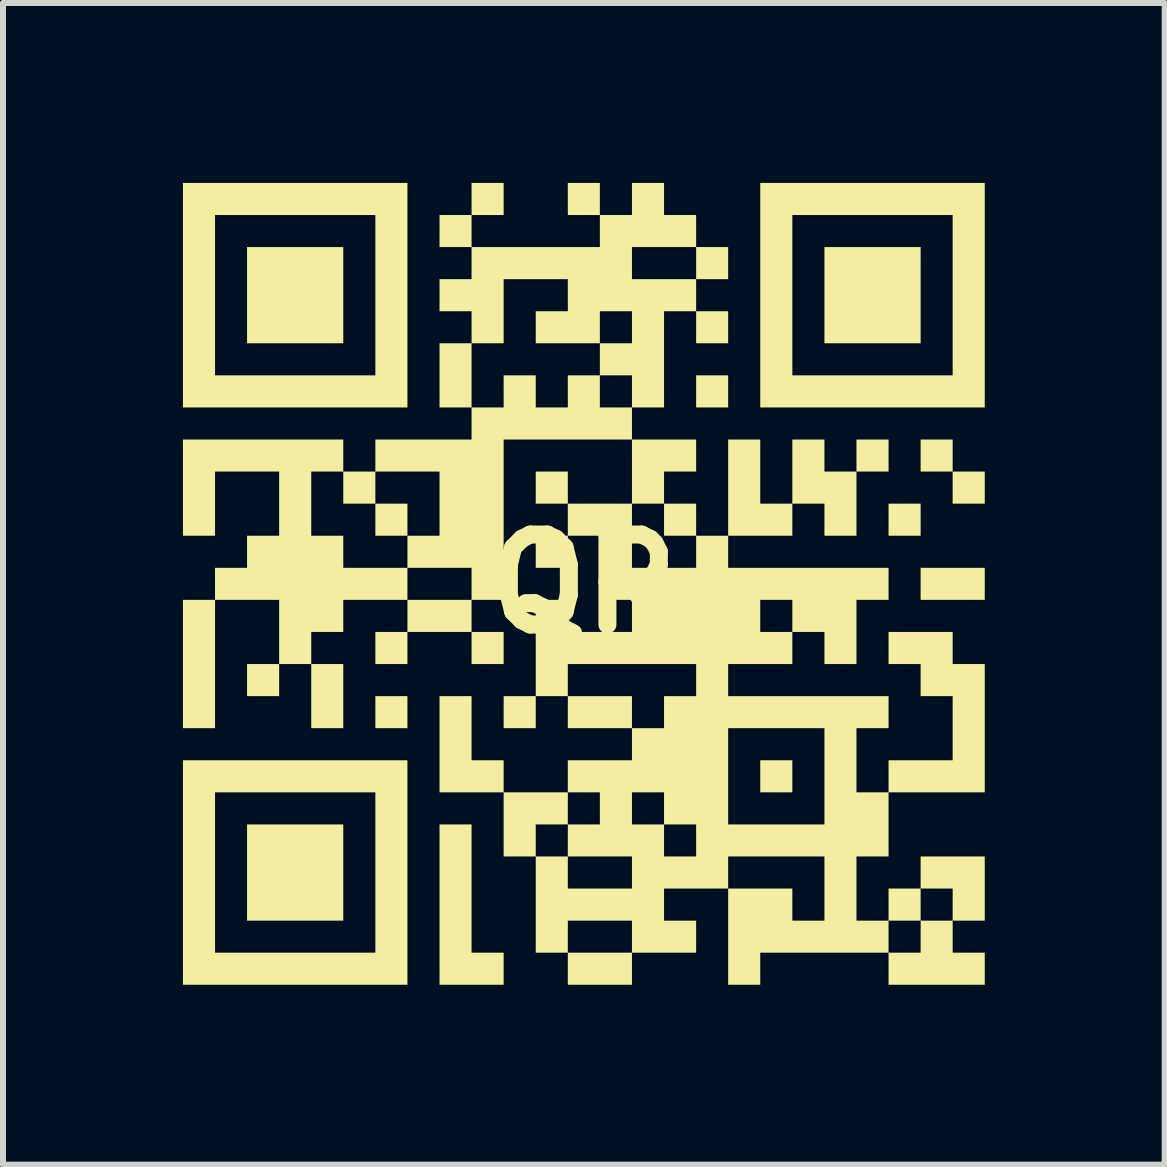
<source format=kicad_pcb>
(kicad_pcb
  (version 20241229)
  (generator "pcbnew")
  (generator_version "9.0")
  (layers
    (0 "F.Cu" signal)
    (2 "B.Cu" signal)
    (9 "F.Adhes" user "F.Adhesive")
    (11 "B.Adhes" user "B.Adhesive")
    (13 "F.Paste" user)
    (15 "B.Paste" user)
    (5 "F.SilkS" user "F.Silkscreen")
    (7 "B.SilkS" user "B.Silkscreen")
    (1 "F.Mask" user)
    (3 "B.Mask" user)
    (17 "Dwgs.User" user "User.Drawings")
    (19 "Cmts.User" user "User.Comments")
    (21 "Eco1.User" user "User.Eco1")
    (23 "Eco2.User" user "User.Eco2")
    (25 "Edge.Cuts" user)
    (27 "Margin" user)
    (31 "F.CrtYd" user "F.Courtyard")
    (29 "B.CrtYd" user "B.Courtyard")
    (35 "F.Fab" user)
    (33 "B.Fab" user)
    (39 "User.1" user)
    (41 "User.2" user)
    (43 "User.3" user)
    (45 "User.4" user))
  (footprint "QR"
    (layer "F.Cu")
    (at 6.684 6.684)
    (property "Reference" "QR" (at 0 0 0) (layer "F.SilkS") (effects (font (size 1.5 1.5) (thickness 0.3))))
    (attr board_only exclude_from_pos_files exclude_from_bom)
    (fp_poly (pts (xy -4.011 -4.813) (xy -4.011 -4.011) (xy -4.813 -4.011) (xy -5.615 -4.011) (xy -5.615 -4.813) (xy -5.615 -5.615) (xy -4.813 -5.615) (xy -4.011 -5.615)) (stroke (width 0) (type solid)) (fill yes) (layer "F.SilkS"))
    (fp_poly (pts (xy -4.011 1.872) (xy -4.011 2.406) (xy -4.278 2.406) (xy -4.545 2.406) (xy -4.545 1.872) (xy -4.545 1.337) (xy -4.278 1.337) (xy -4.011 1.337)) (stroke (width 0) (type solid)) (fill yes) (layer "F.SilkS"))
    (fp_poly (pts (xy -4.011 4.813) (xy -4.011 5.615) (xy -4.813 5.615) (xy -5.615 5.615) (xy -5.615 4.813) (xy -5.615 4.011) (xy -4.813 4.011) (xy -4.011 4.011)) (stroke (width 0) (type solid)) (fill yes) (layer "F.SilkS"))
    (fp_poly (pts (xy -2.941 -1.069) (xy -2.941 -0.802) (xy -3.208 -0.802) (xy -3.476 -0.802) (xy -3.476 -1.069) (xy -3.476 -1.337) (xy -3.208 -1.337) (xy -2.941 -1.337)) (stroke (width 0) (type solid)) (fill yes) (layer "F.SilkS"))
    (fp_poly (pts (xy -2.941 2.139) (xy -2.941 2.406) (xy -3.208 2.406) (xy -3.476 2.406) (xy -3.476 2.139) (xy -3.476 1.872) (xy -3.208 1.872) (xy -2.941 1.872)) (stroke (width 0) (type solid)) (fill yes) (layer "F.SilkS"))
    (fp_poly (pts (xy -1.337 1.069) (xy -1.337 1.337) (xy -1.604 1.337) (xy -1.872 1.337) (xy -1.872 1.069) (xy -1.872 0.802) (xy -1.604 0.802) (xy -1.337 0.802)) (stroke (width 0) (type solid)) (fill yes) (layer "F.SilkS"))
    (fp_poly (pts (xy 2.406 -4.278) (xy 2.406 -4.011) (xy 2.139 -4.011) (xy 1.872 -4.011) (xy 1.872 -4.278) (xy 1.872 -4.545) (xy 2.139 -4.545) (xy 2.406 -4.545)) (stroke (width 0) (type solid)) (fill yes) (layer "F.SilkS"))
    (fp_poly (pts (xy 2.406 -3.208) (xy 2.406 -2.941) (xy 2.139 -2.941) (xy 1.872 -2.941) (xy 1.872 -3.208) (xy 1.872 -3.476) (xy 2.139 -3.476) (xy 2.406 -3.476)) (stroke (width 0) (type solid)) (fill yes) (layer "F.SilkS"))
    (fp_poly (pts (xy 3.476 3.208) (xy 3.476 3.476) (xy 3.208 3.476) (xy 2.941 3.476) (xy 2.941 3.208) (xy 2.941 2.941) (xy 3.208 2.941) (xy 3.476 2.941)) (stroke (width 0) (type solid)) (fill yes) (layer "F.SilkS"))
    (fp_poly (pts (xy 5.615 -4.813) (xy 5.615 -4.011) (xy 4.813 -4.011) (xy 4.011 -4.011) (xy 4.011 -4.813) (xy 4.011 -5.615) (xy 4.813 -5.615) (xy 5.615 -5.615)) (stroke (width 0) (type solid)) (fill yes) (layer "F.SilkS"))
    (fp_poly (pts (xy 5.615 -1.069) (xy 5.615 -0.802) (xy 5.347 -0.802) (xy 5.08 -0.802) (xy 5.08 -1.069) (xy 5.08 -1.337) (xy 5.347 -1.337) (xy 5.615 -1.337)) (stroke (width 0) (type solid)) (fill yes) (layer "F.SilkS"))
    (fp_poly (pts (xy 6.149 -2.139) (xy 6.149 -1.872) (xy 5.882 -1.872) (xy 5.615 -1.872) (xy 5.615 -2.139) (xy 5.615 -2.406) (xy 5.882 -2.406) (xy 6.149 -2.406)) (stroke (width 0) (type solid)) (fill yes) (layer "F.SilkS"))
    (fp_poly (pts (xy 6.684 -1.604) (xy 6.684 -1.337) (xy 6.417 -1.337) (xy 6.149 -1.337) (xy 6.149 -1.604) (xy 6.149 -1.872) (xy 6.417 -1.872) (xy 6.684 -1.872)) (stroke (width 0) (type solid)) (fill yes) (layer "F.SilkS"))
    (fp_poly (pts (xy 6.684 0) (xy 6.684 0.267) (xy 6.149 0.267) (xy 5.615 0.267) (xy 5.615 0) (xy 5.615 -0.267) (xy 6.149 -0.267) (xy 6.684 -0.267)) (stroke (width 0) (type solid)) (fill yes) (layer "F.SilkS"))
    (fp_poly (pts (xy -1.872 5.08) (xy -1.872 6.149) (xy -1.604 6.149) (xy -1.337 6.149) (xy -1.337 6.417) (xy -1.337 6.684) (xy -1.872 6.684) (xy -2.406 6.684) (xy -2.406 5.347) (xy -2.406 4.011) (xy -2.139 4.011) (xy -1.872 4.011)) (stroke (width 0) (type solid)) (fill yes) (layer "F.SilkS"))
    (fp_poly (pts (xy -2.941 -4.813) (xy -2.941 -2.941) (xy -4.813 -2.941) (xy -6.684 -2.941) (xy -6.684 -4.813) (xy -6.684 -6.149) (xy -6.149 -6.149) (xy -6.149 -4.813) (xy -6.149 -3.476) (xy -4.813 -3.476) (xy -3.476 -3.476) (xy -3.476 -4.813) (xy -3.476 -6.149) (xy -4.813 -6.149) (xy -6.149 -6.149) (xy -6.684 -6.149) (xy -6.684 -6.684) (xy -4.813 -6.684) (xy -2.941 -6.684)) (stroke (width 0) (type solid)) (fill yes) (layer "F.SilkS"))
    (fp_poly (pts (xy -2.941 4.813) (xy -2.941 6.684) (xy -4.813 6.684) (xy -6.684 6.684) (xy -6.684 4.813) (xy -6.684 3.476) (xy -6.149 3.476) (xy -6.149 4.813) (xy -6.149 6.149) (xy -4.813 6.149) (xy -3.476 6.149) (xy -3.476 4.813) (xy -3.476 3.476) (xy -4.813 3.476) (xy -6.149 3.476) (xy -6.684 3.476) (xy -6.684 2.941) (xy -4.813 2.941) (xy -2.941 2.941)) (stroke (width 0) (type solid)) (fill yes) (layer "F.SilkS"))
    (fp_poly (pts (xy 6.684 -4.813) (xy 6.684 -2.941) (xy 4.813 -2.941) (xy 2.941 -2.941) (xy 2.941 -4.813) (xy 2.941 -6.149) (xy 3.476 -6.149) (xy 3.476 -4.813) (xy 3.476 -3.476) (xy 4.813 -3.476) (xy 6.149 -3.476) (xy 6.149 -4.813) (xy 6.149 -6.149) (xy 4.813 -6.149) (xy 3.476 -6.149) (xy 2.941 -6.149) (xy 2.941 -6.684) (xy 4.813 -6.684) (xy 6.684 -6.684)) (stroke (width 0) (type solid)) (fill yes) (layer "F.SilkS"))
    (fp_poly (pts (xy -1.337 -6.417) (xy -1.337 -6.149) (xy -1.604 -6.149) (xy -1.872 -6.149) (xy -1.872 -5.882) (xy -1.872 -5.615) (xy -0.802 -5.615) (xy 0.267 -5.615) (xy 0.267 -5.882) (xy 0.267 -6.149) (xy 0 -6.149) (xy -0.267 -6.149) (xy -0.267 -6.417) (xy -0.267 -6.684) (xy 0 -6.684) (xy 0.267 -6.684) (xy 0.267 -6.417) (xy 0.267 -6.149) (xy 0.535 -6.149) (xy 0.802 -6.149) (xy 0.802 -6.417) (xy 0.802 -6.684) (xy 1.069 -6.684) (xy 1.337 -6.684) (xy 1.337 -6.417) (xy 1.337 -6.149) (xy 1.604 -6.149) (xy 1.872 -6.149) (xy 1.872 -5.882) (xy 1.872 -5.615) (xy 1.337 -5.615) (xy 0.802 -5.615) (xy 0.802 -5.347) (xy 0.802 -5.08) (xy 1.337 -5.08) (xy 1.872 -5.08) (xy 1.872 -5.347) (xy 1.872 -5.615) (xy 2.139 -5.615) (xy 2.406 -5.615) (xy 2.406 -5.347) (xy 2.406 -5.08) (xy 2.139 -5.08) (xy 1.872 -5.08) (xy 1.872 -4.813) (xy 1.872 -4.545) (xy 1.604 -4.545) (xy 1.337 -4.545) (xy 1.337 -3.743) (xy 1.337 -2.941) (xy 1.069 -2.941) (xy 0.802 -2.941) (xy 0.802 -2.674) (xy 0.802 -2.406) (xy -0.267 -2.406) (xy -1.337 -2.406) (xy -1.337 -1.069) (xy -1.337 0.267) (xy -1.604 0.267) (xy -1.872 0.267) (xy -1.872 0.535) (xy -1.872 0.802) (xy -2.406 0.802) (xy -2.941 0.802) (xy -2.941 1.069) (xy -2.941 1.337) (xy -3.208 1.337) (xy -3.476 1.337) (xy -3.476 1.069) (xy -3.476 0.802) (xy -3.208 0.802) (xy -2.941 0.802) (xy -2.941 0.535) (xy -2.941 0.267) (xy -3.476 0.267) (xy -4.011 0.267) (xy -4.011 0.535) (xy -4.011 0.802) (xy -4.278 0.802) (xy -4.545 0.802) (xy -4.545 1.069) (xy -4.545 1.337) (xy -4.813 1.337) (xy -5.08 1.337) (xy -5.08 1.604) (xy -5.08 1.872) (xy -5.347 1.872) (xy -5.615 1.872) (xy -5.615 1.604) (xy -5.615 1.337) (xy -5.347 1.337) (xy -5.08 1.337) (xy -5.08 0.802) (xy -5.08 0.267) (xy -5.615 0.267) (xy -6.149 0.267) (xy -6.149 1.337) (xy -6.149 2.406) (xy -6.417 2.406) (xy -6.684 2.406) (xy -6.684 1.337) (xy -6.684 0.267) (xy -6.417 0.267) (xy -6.149 0.267) (xy -6.149 0) (xy -6.149 -0.267) (xy -5.882 -0.267) (xy -5.615 -0.267) (xy -5.615 -0.535) (xy -5.615 -0.802) (xy -5.347 -0.802) (xy -5.08 -0.802) (xy -5.08 -1.337) (xy -5.08 -1.872) (xy -4.545 -1.872) (xy -4.545 -1.337) (xy -4.545 -0.802) (xy -4.278 -0.802) (xy -4.011 -0.802) (xy -4.011 -0.535) (xy -4.011 -0.267) (xy -3.476 -0.267) (xy -2.941 -0.267) (xy -2.941 0) (xy -2.941 0.267) (xy -2.406 0.267) (xy -1.872 0.267) (xy -1.872 0) (xy -1.872 -0.267) (xy -2.406 -0.267) (xy -2.941 -0.267) (xy -2.941 -0.535) (xy -2.941 -0.802) (xy -2.674 -0.802) (xy -2.406 -0.802) (xy -2.406 -1.337) (xy -2.406 -1.872) (xy -2.941 -1.872) (xy -3.476 -1.872) (xy -3.476 -1.604) (xy -3.476 -1.337) (xy -3.743 -1.337) (xy -4.011 -1.337) (xy -4.011 -1.604) (xy -4.011 -1.872) (xy -4.278 -1.872) (xy -4.545 -1.872) (xy -5.08 -1.872) (xy -5.615 -1.872) (xy -6.149 -1.872) (xy -6.149 -1.337) (xy -6.149 -0.802) (xy -6.417 -0.802) (xy -6.684 -0.802) (xy -6.684 -1.604) (xy -6.684 -2.406) (xy -5.347 -2.406) (xy -4.011 -2.406) (xy -4.011 -2.139) (xy -4.011 -1.872) (xy -3.743 -1.872) (xy -3.476 -1.872) (xy -3.476 -2.139) (xy -3.476 -2.406) (xy -2.674 -2.406) (xy -1.872 -2.406) (xy -1.872 -2.674) (xy -1.872 -2.941) (xy -1.604 -2.941) (xy -1.337 -2.941) (xy -1.337 -3.208) (xy -1.337 -3.476) (xy -1.069 -3.476) (xy -0.802 -3.476) (xy -0.802 -3.208) (xy -0.802 -2.941) (xy -0.535 -2.941) (xy -0.267 -2.941) (xy -0.267 -3.208) (xy -0.267 -3.476) (xy 0 -3.476) (xy 0.267 -3.476) (xy 0.267 -3.208) (xy 0.267 -2.941) (xy 0.535 -2.941) (xy 0.802 -2.941) (xy 0.802 -3.208) (xy 0.802 -3.476) (xy 0.535 -3.476) (xy 0.267 -3.476) (xy 0.267 -3.743) (xy 0.267 -4.011) (xy 0.535 -4.011) (xy 0.802 -4.011) (xy 0.802 -4.278) (xy 0.802 -4.545) (xy 0.535 -4.545) (xy 0.267 -4.545) (xy 0.267 -4.278) (xy 0.267 -4.011) (xy -0.267 -4.011) (xy -0.802 -4.011) (xy -0.802 -4.278) (xy -0.802 -4.545) (xy -0.535 -4.545) (xy -0.267 -4.545) (xy -0.267 -4.813) (xy -0.267 -5.08) (xy -0.802 -5.08) (xy -1.337 -5.08) (xy -1.337 -4.545) (xy -1.337 -4.011) (xy -1.604 -4.011) (xy -1.872 -4.011) (xy -1.872 -3.476) (xy -1.872 -2.941) (xy -2.139 -2.941) (xy -2.406 -2.941) (xy -2.406 -3.476) (xy -2.406 -4.011) (xy -2.139 -4.011) (xy -1.872 -4.011) (xy -1.872 -4.278) (xy -1.872 -4.545) (xy -2.139 -4.545) (xy -2.406 -4.545) (xy -2.406 -4.813) (xy -2.406 -5.08) (xy -2.139 -5.08) (xy -1.872 -5.08) (xy -1.872 -5.347) (xy -1.872 -5.615) (xy -2.139 -5.615) (xy -2.406 -5.615) (xy -2.406 -5.882) (xy -2.406 -6.149) (xy -2.139 -6.149) (xy -1.872 -6.149) (xy -1.872 -6.417) (xy -1.872 -6.684) (xy -1.604 -6.684) (xy -1.337 -6.684)) (stroke (width 0) (type solid)) (fill yes) (layer "F.SilkS"))
    (fp_poly (pts (xy 1.872 -2.139) (xy 1.872 -1.872) (xy 1.604 -1.872) (xy 1.337 -1.872) (xy 1.337 -1.604) (xy 1.337 -1.337) (xy 1.069 -1.337) (xy 0.802 -1.337) (xy 0.802 -0.802) (xy 0.802 -0.267) (xy 1.337 -0.267) (xy 1.872 -0.267) (xy 1.872 -0.535) (xy 1.872 -0.802) (xy 1.604 -0.802) (xy 1.337 -0.802) (xy 1.337 -1.069) (xy 1.337 -1.337) (xy 1.604 -1.337) (xy 1.872 -1.337) (xy 1.872 -1.069) (xy 1.872 -0.802) (xy 2.139 -0.802) (xy 2.406 -0.802) (xy 2.406 -1.604) (xy 2.406 -2.406) (xy 2.674 -2.406) (xy 2.941 -2.406) (xy 2.941 -1.872) (xy 2.941 -1.337) (xy 3.208 -1.337) (xy 3.476 -1.337) (xy 3.476 -1.872) (xy 3.476 -2.406) (xy 3.743 -2.406) (xy 4.011 -2.406) (xy 4.011 -2.139) (xy 4.011 -1.872) (xy 4.278 -1.872) (xy 4.545 -1.872) (xy 4.545 -2.139) (xy 4.545 -2.406) (xy 4.813 -2.406) (xy 5.08 -2.406) (xy 5.08 -2.139) (xy 5.08 -1.872) (xy 4.813 -1.872) (xy 4.545 -1.872) (xy 4.545 -1.337) (xy 4.545 -0.802) (xy 4.278 -0.802) (xy 4.011 -0.802) (xy 4.011 -1.069) (xy 4.011 -1.337) (xy 3.743 -1.337) (xy 3.476 -1.337) (xy 3.476 -1.069) (xy 3.476 -0.802) (xy 2.941 -0.802) (xy 2.406 -0.802) (xy 2.406 -0.535) (xy 2.406 -0.267) (xy 3.743 -0.267) (xy 5.08 -0.267) (xy 5.08 0) (xy 5.08 0.267) (xy 4.813 0.267) (xy 4.545 0.267) (xy 4.545 0.802) (xy 4.545 1.337) (xy 4.278 1.337) (xy 4.011 1.337) (xy 4.011 1.069) (xy 4.011 0.802) (xy 3.743 0.802) (xy 3.476 0.802) (xy 3.476 1.069) (xy 3.476 1.337) (xy 2.941 1.337) (xy 2.406 1.337) (xy 2.406 1.604) (xy 2.406 1.872) (xy 3.743 1.872) (xy 5.08 1.872) (xy 5.08 2.139) (xy 5.08 2.406) (xy 4.813 2.406) (xy 4.545 2.406) (xy 4.545 2.941) (xy 4.545 3.476) (xy 4.813 3.476) (xy 5.08 3.476) (xy 5.08 3.208) (xy 5.08 2.941) (xy 5.615 2.941) (xy 6.149 2.941) (xy 6.149 2.406) (xy 6.149 1.872) (xy 5.882 1.872) (xy 5.615 1.872) (xy 5.615 1.604) (xy 5.615 1.337) (xy 5.347 1.337) (xy 5.08 1.337) (xy 5.08 1.069) (xy 5.08 0.802) (xy 5.615 0.802) (xy 6.149 0.802) (xy 6.149 1.069) (xy 6.149 1.337) (xy 6.417 1.337) (xy 6.684 1.337) (xy 6.684 2.406) (xy 6.684 3.476) (xy 5.882 3.476) (xy 5.08 3.476) (xy 5.08 4.011) (xy 5.08 4.545) (xy 4.813 4.545) (xy 4.545 4.545) (xy 4.545 5.08) (xy 4.545 5.615) (xy 4.813 5.615) (xy 5.08 5.615) (xy 5.08 5.347) (xy 5.08 5.08) (xy 5.347 5.08) (xy 5.615 5.08) (xy 5.615 4.813) (xy 5.615 4.545) (xy 6.149 4.545) (xy 6.684 4.545) (xy 6.684 5.08) (xy 6.684 5.615) (xy 6.417 5.615) (xy 6.149 5.615) (xy 6.149 5.882) (xy 6.149 6.149) (xy 6.417 6.149) (xy 6.684 6.149) (xy 6.684 6.417) (xy 6.684 6.684) (xy 5.882 6.684) (xy 5.08 6.684) (xy 5.08 6.417) (xy 5.08 6.149) (xy 5.347 6.149) (xy 5.615 6.149) (xy 5.615 5.882) (xy 5.615 5.615) (xy 5.882 5.615) (xy 6.149 5.615) (xy 6.149 5.347) (xy 6.149 5.08) (xy 5.882 5.08) (xy 5.615 5.08) (xy 5.615 5.347) (xy 5.615 5.615) (xy 5.347 5.615) (xy 5.08 5.615) (xy 5.08 5.882) (xy 5.08 6.149) (xy 4.011 6.149) (xy 2.941 6.149) (xy 2.941 6.417) (xy 2.941 6.684) (xy 2.674 6.684) (xy 2.406 6.684) (xy 2.406 5.882) (xy 2.406 5.08) (xy 2.941 5.08) (xy 3.476 5.08) (xy 3.476 5.347) (xy 3.476 5.615) (xy 3.743 5.615) (xy 4.011 5.615) (xy 4.011 5.08) (xy 4.011 4.545) (xy 3.208 4.545) (xy 2.406 4.545) (xy 2.406 4.813) (xy 2.406 5.08) (xy 1.872 5.08) (xy 1.337 5.08) (xy 1.337 5.347) (xy 1.337 5.615) (xy 1.604 5.615) (xy 1.872 5.615) (xy 1.872 5.882) (xy 1.872 6.149) (xy 1.337 6.149) (xy 0.802 6.149) (xy 0.802 6.417) (xy 0.802 6.684) (xy 0.267 6.684) (xy -0.267 6.684) (xy -0.267 6.417) (xy -0.267 6.149) (xy -0.535 6.149) (xy -0.802 6.149) (xy -0.802 5.615) (xy -0.267 5.615) (xy -0.267 5.882) (xy -0.267 6.149) (xy 0.267 6.149) (xy 0.802 6.149) (xy 0.802 5.882) (xy 0.802 5.615) (xy 0.267 5.615) (xy -0.267 5.615) (xy -0.802 5.615) (xy -0.802 5.347) (xy -0.802 4.545) (xy -0.535 4.545) (xy -0.267 4.545) (xy -0.267 4.813) (xy -0.267 5.08) (xy 0.267 5.08) (xy 0.802 5.08) (xy 0.802 4.813) (xy 0.802 4.545) (xy 0.267 4.545) (xy -0.267 4.545) (xy -0.267 4.278) (xy -0.267 4.011) (xy 0 4.011) (xy 0.267 4.011) (xy 0.267 3.743) (xy 0.267 3.476) (xy 0.802 3.476) (xy 0.802 3.743) (xy 0.802 4.011) (xy 1.069 4.011) (xy 1.337 4.011) (xy 1.337 4.278) (xy 1.337 4.545) (xy 1.604 4.545) (xy 1.872 4.545) (xy 1.872 4.278) (xy 1.872 4.011) (xy 1.604 4.011) (xy 1.337 4.011) (xy 1.337 3.743) (xy 1.337 3.476) (xy 1.069 3.476) (xy 0.802 3.476) (xy 0.267 3.476) (xy 0 3.476) (xy -0.267 3.476) (xy -0.267 3.743) (xy -0.267 4.011) (xy -0.535 4.011) (xy -0.802 4.011) (xy -0.802 4.278) (xy -0.802 4.545) (xy -1.069 4.545) (xy -1.337 4.545) (xy -1.337 4.011) (xy -1.337 3.476) (xy -1.872 3.476) (xy -2.406 3.476) (xy -2.406 2.674) (xy -2.406 1.872) (xy -2.139 1.872) (xy -1.872 1.872) (xy -1.872 2.406) (xy -1.872 2.941) (xy -1.604 2.941) (xy -1.337 2.941) (xy -1.337 3.208) (xy -1.337 3.476) (xy -0.802 3.476) (xy -0.267 3.476) (xy -0.267 3.208) (xy -0.267 2.941) (xy 0.267 2.941) (xy 0.802 2.941) (xy 0.802 2.674) (xy 0.802 2.406) (xy 0.267 2.406) (xy -0.267 2.406) (xy -0.267 2.139) (xy -0.267 1.872) (xy 0.267 1.872) (xy 0.802 1.872) (xy 0.802 2.139) (xy 0.802 2.406) (xy 1.069 2.406) (xy 1.337 2.406) (xy 2.406 2.406) (xy 2.406 3.208) (xy 2.406 4.011) (xy 3.208 4.011) (xy 4.011 4.011) (xy 4.011 3.208) (xy 4.011 2.406) (xy 3.208 2.406) (xy 2.406 2.406) (xy 1.337 2.406) (xy 1.337 2.139) (xy 1.337 1.872) (xy 1.604 1.872) (xy 1.872 1.872) (xy 1.872 1.604) (xy 1.872 1.337) (xy 0.802 1.337) (xy -0.267 1.337) (xy -0.267 1.604) (xy -0.267 1.872) (xy -0.535 1.872) (xy -0.802 1.872) (xy -0.802 2.139) (xy -0.802 2.406) (xy -1.069 2.406) (xy -1.337 2.406) (xy -1.337 2.139) (xy -1.337 1.872) (xy -1.069 1.872) (xy -0.802 1.872) (xy -0.802 1.069) (xy -0.802 0.267) (xy -0.535 0.267) (xy -0.267 0.267) (xy -0.267 0.535) (xy -0.267 0.802) (xy 0.267 0.802) (xy 0.802 0.802) (xy 0.802 0.535) (xy 0.802 0.267) (xy 2.941 0.267) (xy 2.941 0.535) (xy 2.941 0.802) (xy 3.208 0.802) (xy 3.476 0.802) (xy 3.476 0.535) (xy 3.476 0.267) (xy 3.208 0.267) (xy 2.941 0.267) (xy 0.802 0.267) (xy 0.535 0.267) (xy 0.267 0.267) (xy 0.267 -0.267) (xy 0.267 -0.802) (xy 0 -0.802) (xy -0.267 -0.802) (xy -0.267 -0.535) (xy -0.267 -0.267) (xy -0.535 -0.267) (xy -0.802 -0.267) (xy -0.802 -0.535) (xy -0.802 -0.802) (xy -0.535 -0.802) (xy -0.267 -0.802) (xy -0.267 -1.069) (xy -0.267 -1.337) (xy -0.535 -1.337) (xy -0.802 -1.337) (xy -0.802 -1.604) (xy -0.802 -1.872) (xy -0.535 -1.872) (xy -0.267 -1.872) (xy -0.267 -1.604) (xy -0.267 -1.337) (xy 0.267 -1.337) (xy 0.802 -1.337) (xy 0.802 -1.872) (xy 0.802 -2.406) (xy 1.337 -2.406) (xy 1.872 -2.406)) (stroke (width 0) (type solid)) (fill yes) (layer "F.SilkS")))
  (gr_rect
    (start -3 -3)
    (end 16.368 16.368)
    (stroke (width 0.1) (type default))
    (fill no)
    (layer "Edge.Cuts")))
</source>
